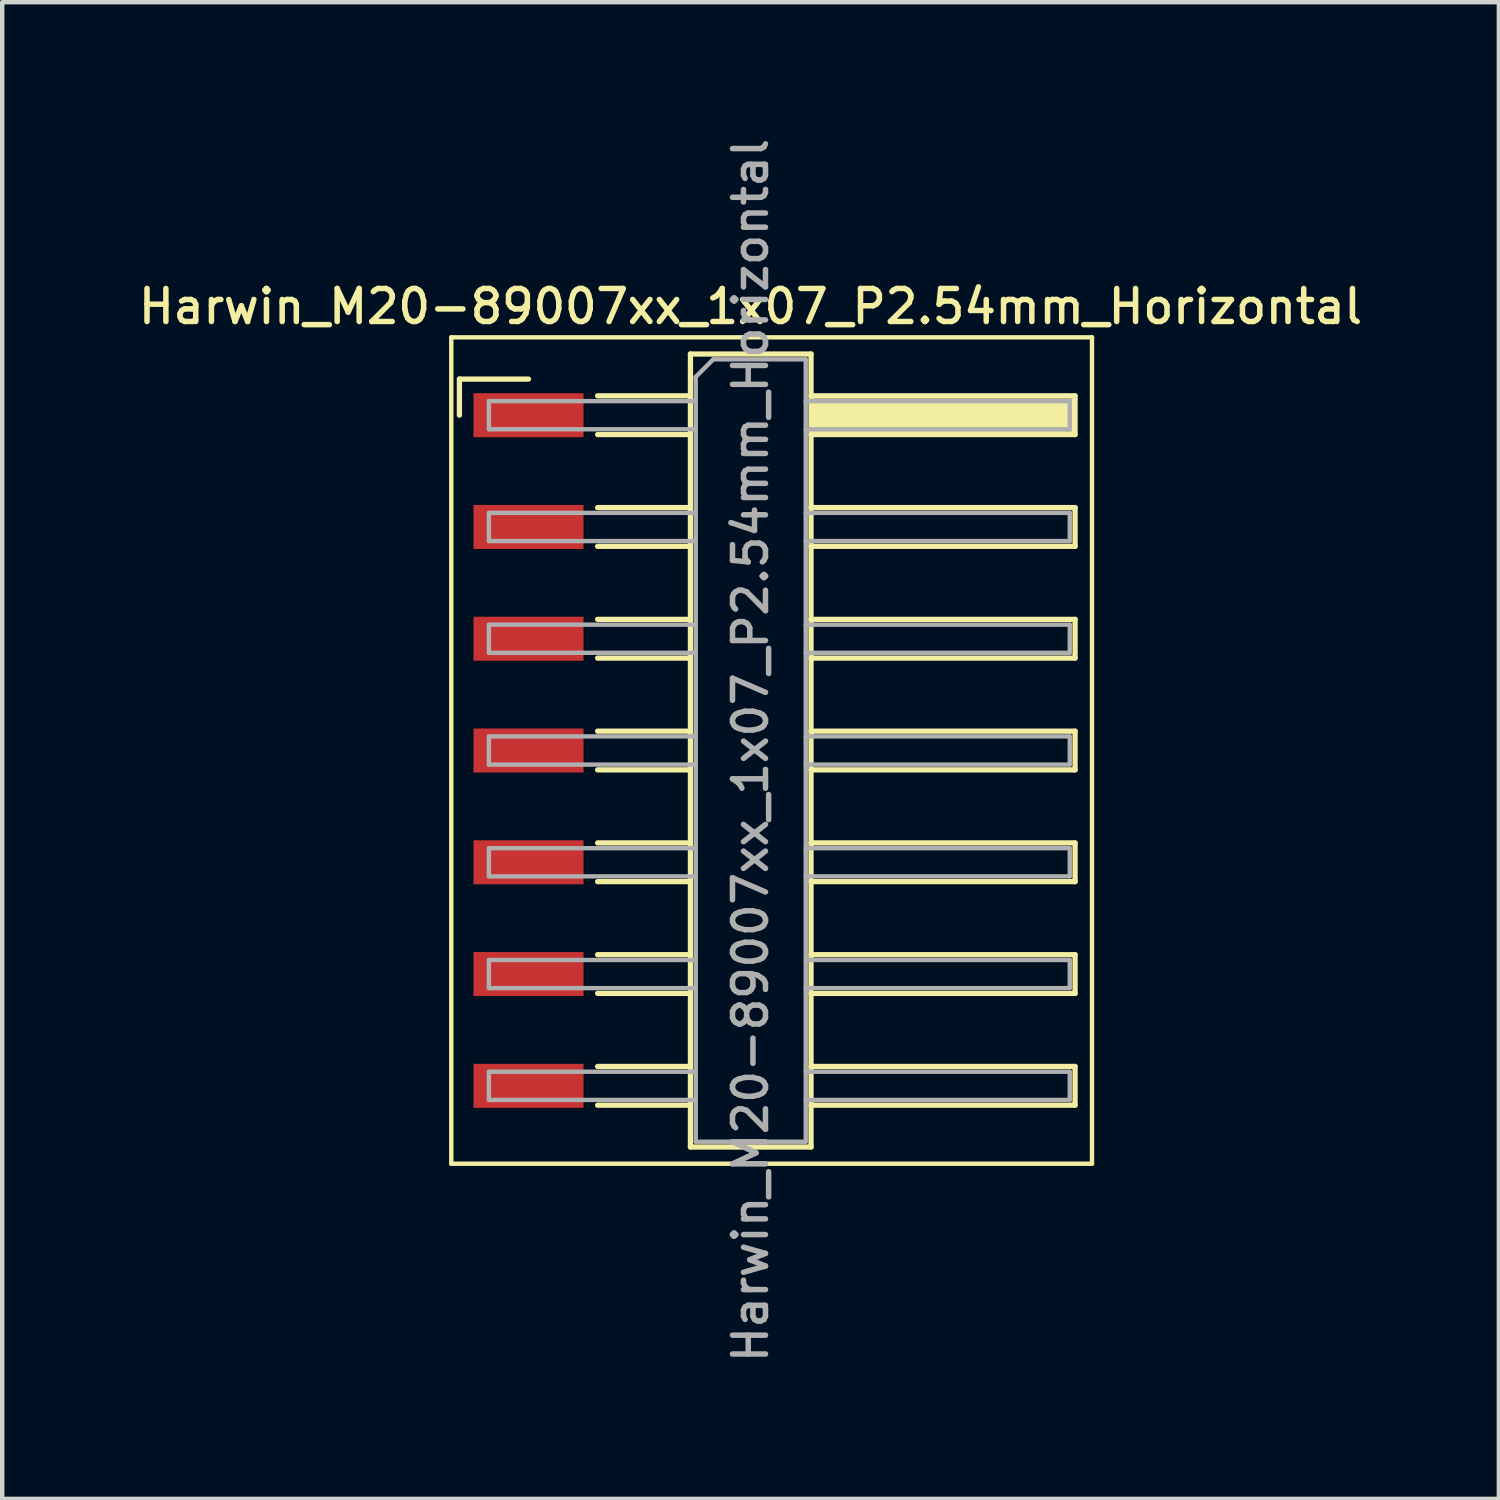
<source format=kicad_pcb>
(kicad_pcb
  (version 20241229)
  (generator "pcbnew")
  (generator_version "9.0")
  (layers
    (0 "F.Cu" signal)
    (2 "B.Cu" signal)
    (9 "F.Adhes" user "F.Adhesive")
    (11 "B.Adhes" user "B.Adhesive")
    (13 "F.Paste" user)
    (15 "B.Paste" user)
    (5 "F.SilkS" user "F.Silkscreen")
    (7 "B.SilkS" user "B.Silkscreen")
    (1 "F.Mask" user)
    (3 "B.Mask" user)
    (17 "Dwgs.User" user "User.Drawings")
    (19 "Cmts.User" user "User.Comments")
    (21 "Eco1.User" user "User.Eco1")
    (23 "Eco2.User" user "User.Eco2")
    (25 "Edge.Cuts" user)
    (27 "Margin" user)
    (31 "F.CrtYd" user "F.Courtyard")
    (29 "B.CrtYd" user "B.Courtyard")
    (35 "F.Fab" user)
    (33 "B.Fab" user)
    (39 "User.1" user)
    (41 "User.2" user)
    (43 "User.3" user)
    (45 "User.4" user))
  (footprint "Harwin_M20-89007xx_1x07_P2.54mm_Horizontal"
    (layer "F.Cu")
    (at 14.485 14.005)
    (property "Reference" "Harwin_M20-89007xx_1x07_P2.54mm_Horizontal" (at -0.48 -10.09 0) (layer "F.SilkS") (effects (font (size 0.75 0.75) (thickness 0.125))))
    (attr smd)
    (fp_line (start -7.28 -9.39) (end 7.28 -9.39) (stroke (width 0.1) (type solid)) (layer "F.SilkS"))
    (fp_line (start -7.28 9.39) (end -7.28 -9.39) (stroke (width 0.1) (type solid)) (layer "F.SilkS"))
    (fp_line (start -7.095 -8.44) (end -5.525 -8.44) (stroke (width 0.12) (type solid)) (layer "F.SilkS"))
    (fp_line (start -7.095 -7.62) (end -7.095 -8.44) (stroke (width 0.12) (type solid)) (layer "F.SilkS"))
    (fp_line (start -3.955 -8.06) (end -1.845 -8.06) (stroke (width 0.12) (type solid)) (layer "F.SilkS"))
    (fp_line (start -3.955 -7.18) (end -1.845 -7.18) (stroke (width 0.12) (type solid)) (layer "F.SilkS"))
    (fp_line (start -3.955 -5.52) (end -1.845 -5.52) (stroke (width 0.12) (type solid)) (layer "F.SilkS"))
    (fp_line (start -3.955 -4.64) (end -1.845 -4.64) (stroke (width 0.12) (type solid)) (layer "F.SilkS"))
    (fp_line (start -3.955 -2.98) (end -1.845 -2.98) (stroke (width 0.12) (type solid)) (layer "F.SilkS"))
    (fp_line (start -3.955 -2.1) (end -1.845 -2.1) (stroke (width 0.12) (type solid)) (layer "F.SilkS"))
    (fp_line (start -3.955 -0.44) (end -1.845 -0.44) (stroke (width 0.12) (type solid)) (layer "F.SilkS"))
    (fp_line (start -3.955 0.44) (end -1.845 0.44) (stroke (width 0.12) (type solid)) (layer "F.SilkS"))
    (fp_line (start -3.955 2.1) (end -1.845 2.1) (stroke (width 0.12) (type solid)) (layer "F.SilkS"))
    (fp_line (start -3.955 2.98) (end -1.845 2.98) (stroke (width 0.12) (type solid)) (layer "F.SilkS"))
    (fp_line (start -3.955 4.64) (end -1.845 4.64) (stroke (width 0.12) (type solid)) (layer "F.SilkS"))
    (fp_line (start -3.955 5.52) (end -1.845 5.52) (stroke (width 0.12) (type solid)) (layer "F.SilkS"))
    (fp_line (start -3.955 7.18) (end -1.845 7.18) (stroke (width 0.12) (type solid)) (layer "F.SilkS"))
    (fp_line (start -3.955 8.06) (end -1.845 8.06) (stroke (width 0.12) (type solid)) (layer "F.SilkS"))
    (fp_line (start -1.845 -9.01) (end 0.895 -9.01) (stroke (width 0.12) (type solid)) (layer "F.SilkS"))
    (fp_line (start -1.845 9.01) (end -1.845 -9.01) (stroke (width 0.12) (type solid)) (layer "F.SilkS"))
    (fp_line (start 0.895 -9.01) (end 0.895 9.01) (stroke (width 0.12) (type solid)) (layer "F.SilkS"))
    (fp_line (start 0.895 -8.06) (end 6.895 -8.06) (stroke (width 0.12) (type solid)) (layer "F.SilkS"))
    (fp_line (start 0.895 -5.52) (end 6.895 -5.52) (stroke (width 0.12) (type solid)) (layer "F.SilkS"))
    (fp_line (start 0.895 -2.98) (end 6.895 -2.98) (stroke (width 0.12) (type solid)) (layer "F.SilkS"))
    (fp_line (start 0.895 -0.44) (end 6.895 -0.44) (stroke (width 0.12) (type solid)) (layer "F.SilkS"))
    (fp_line (start 0.895 2.1) (end 6.895 2.1) (stroke (width 0.12) (type solid)) (layer "F.SilkS"))
    (fp_line (start 0.895 4.64) (end 6.895 4.64) (stroke (width 0.12) (type solid)) (layer "F.SilkS"))
    (fp_line (start 0.895 7.18) (end 6.895 7.18) (stroke (width 0.12) (type solid)) (layer "F.SilkS"))
    (fp_line (start 0.895 9.01) (end -1.845 9.01) (stroke (width 0.12) (type solid)) (layer "F.SilkS"))
    (fp_line (start 6.895 -8.06) (end 6.895 -7.18) (stroke (width 0.12) (type solid)) (layer "F.SilkS"))
    (fp_line (start 6.895 -7.18) (end 0.895 -7.18) (stroke (width 0.12) (type solid)) (layer "F.SilkS"))
    (fp_line (start 6.895 -5.52) (end 6.895 -4.64) (stroke (width 0.12) (type solid)) (layer "F.SilkS"))
    (fp_line (start 6.895 -4.64) (end 0.895 -4.64) (stroke (width 0.12) (type solid)) (layer "F.SilkS"))
    (fp_line (start 6.895 -2.98) (end 6.895 -2.1) (stroke (width 0.12) (type solid)) (layer "F.SilkS"))
    (fp_line (start 6.895 -2.1) (end 0.895 -2.1) (stroke (width 0.12) (type solid)) (layer "F.SilkS"))
    (fp_line (start 6.895 -0.44) (end 6.895 0.44) (stroke (width 0.12) (type solid)) (layer "F.SilkS"))
    (fp_line (start 6.895 0.44) (end 0.895 0.44) (stroke (width 0.12) (type solid)) (layer "F.SilkS"))
    (fp_line (start 6.895 2.1) (end 6.895 2.98) (stroke (width 0.12) (type solid)) (layer "F.SilkS"))
    (fp_line (start 6.895 2.98) (end 0.895 2.98) (stroke (width 0.12) (type solid)) (layer "F.SilkS"))
    (fp_line (start 6.895 4.64) (end 6.895 5.52) (stroke (width 0.12) (type solid)) (layer "F.SilkS"))
    (fp_line (start 6.895 5.52) (end 0.895 5.52) (stroke (width 0.12) (type solid)) (layer "F.SilkS"))
    (fp_line (start 6.895 7.18) (end 6.895 8.06) (stroke (width 0.12) (type solid)) (layer "F.SilkS"))
    (fp_line (start 6.895 8.06) (end 0.895 8.06) (stroke (width 0.12) (type solid)) (layer "F.SilkS"))
    (fp_line (start 7.28 -9.39) (end 7.28 9.39) (stroke (width 0.1) (type solid)) (layer "F.SilkS"))
    (fp_line (start 7.28 9.39) (end -7.28 9.39) (stroke (width 0.1) (type solid)) (layer "F.SilkS"))
    (fp_line (start -6.425 -7.94) (end -6.425 -7.3) (stroke (width 0.1) (type solid)) (layer "F.Fab"))
    (fp_line (start -6.425 -7.3) (end -1.725 -7.3) (stroke (width 0.1) (type solid)) (layer "F.Fab"))
    (fp_line (start -6.425 -5.4) (end -6.425 -4.76) (stroke (width 0.1) (type solid)) (layer "F.Fab"))
    (fp_line (start -6.425 -4.76) (end -1.725 -4.76) (stroke (width 0.1) (type solid)) (layer "F.Fab"))
    (fp_line (start -6.425 -2.86) (end -6.425 -2.22) (stroke (width 0.1) (type solid)) (layer "F.Fab"))
    (fp_line (start -6.425 -2.22) (end -1.725 -2.22) (stroke (width 0.1) (type solid)) (layer "F.Fab"))
    (fp_line (start -6.425 -0.32) (end -6.425 0.32) (stroke (width 0.1) (type solid)) (layer "F.Fab"))
    (fp_line (start -6.425 0.32) (end -1.725 0.32) (stroke (width 0.1) (type solid)) (layer "F.Fab"))
    (fp_line (start -6.425 2.22) (end -6.425 2.86) (stroke (width 0.1) (type solid)) (layer "F.Fab"))
    (fp_line (start -6.425 2.86) (end -1.725 2.86) (stroke (width 0.1) (type solid)) (layer "F.Fab"))
    (fp_line (start -6.425 4.76) (end -6.425 5.4) (stroke (width 0.1) (type solid)) (layer "F.Fab"))
    (fp_line (start -6.425 5.4) (end -1.725 5.4) (stroke (width 0.1) (type solid)) (layer "F.Fab"))
    (fp_line (start -6.425 7.3) (end -6.425 7.94) (stroke (width 0.1) (type solid)) (layer "F.Fab"))
    (fp_line (start -6.425 7.94) (end -1.725 7.94) (stroke (width 0.1) (type solid)) (layer "F.Fab"))
    (fp_line (start -1.725 -8.49) (end -1.325 -8.89) (stroke (width 0.1) (type solid)) (layer "F.Fab"))
    (fp_line (start -1.725 -7.94) (end -6.425 -7.94) (stroke (width 0.1) (type solid)) (layer "F.Fab"))
    (fp_line (start -1.725 -5.4) (end -6.425 -5.4) (stroke (width 0.1) (type solid)) (layer "F.Fab"))
    (fp_line (start -1.725 -2.86) (end -6.425 -2.86) (stroke (width 0.1) (type solid)) (layer "F.Fab"))
    (fp_line (start -1.725 -0.32) (end -6.425 -0.32) (stroke (width 0.1) (type solid)) (layer "F.Fab"))
    (fp_line (start -1.725 2.22) (end -6.425 2.22) (stroke (width 0.1) (type solid)) (layer "F.Fab"))
    (fp_line (start -1.725 4.76) (end -6.425 4.76) (stroke (width 0.1) (type solid)) (layer "F.Fab"))
    (fp_line (start -1.725 7.3) (end -6.425 7.3) (stroke (width 0.1) (type solid)) (layer "F.Fab"))
    (fp_line (start -1.725 8.89) (end -1.725 -8.49) (stroke (width 0.1) (type solid)) (layer "F.Fab"))
    (fp_line (start -1.325 -8.89) (end 0.775 -8.89) (stroke (width 0.1) (type solid)) (layer "F.Fab"))
    (fp_line (start 0.775 -8.89) (end 0.775 8.89) (stroke (width 0.1) (type solid)) (layer "F.Fab"))
    (fp_line (start 0.775 -7.94) (end 6.775 -7.94) (stroke (width 0.1) (type solid)) (layer "F.Fab"))
    (fp_line (start 0.775 -5.4) (end 6.775 -5.4) (stroke (width 0.1) (type solid)) (layer "F.Fab"))
    (fp_line (start 0.775 -2.86) (end 6.775 -2.86) (stroke (width 0.1) (type solid)) (layer "F.Fab"))
    (fp_line (start 0.775 -0.32) (end 6.775 -0.32) (stroke (width 0.1) (type solid)) (layer "F.Fab"))
    (fp_line (start 0.775 2.22) (end 6.775 2.22) (stroke (width 0.1) (type solid)) (layer "F.Fab"))
    (fp_line (start 0.775 4.76) (end 6.775 4.76) (stroke (width 0.1) (type solid)) (layer "F.Fab"))
    (fp_line (start 0.775 7.3) (end 6.775 7.3) (stroke (width 0.1) (type solid)) (layer "F.Fab"))
    (fp_line (start 0.775 8.89) (end -1.725 8.89) (stroke (width 0.1) (type solid)) (layer "F.Fab"))
    (fp_line (start 6.775 -7.94) (end 6.775 -7.3) (stroke (width 0.1) (type solid)) (layer "F.Fab"))
    (fp_line (start 6.775 -7.3) (end 0.775 -7.3) (stroke (width 0.1) (type solid)) (layer "F.Fab"))
    (fp_line (start 6.775 -5.4) (end 6.775 -4.76) (stroke (width 0.1) (type solid)) (layer "F.Fab"))
    (fp_line (start 6.775 -4.76) (end 0.775 -4.76) (stroke (width 0.1) (type solid)) (layer "F.Fab"))
    (fp_line (start 6.775 -2.86) (end 6.775 -2.22) (stroke (width 0.1) (type solid)) (layer "F.Fab"))
    (fp_line (start 6.775 -2.22) (end 0.775 -2.22) (stroke (width 0.1) (type solid)) (layer "F.Fab"))
    (fp_line (start 6.775 -0.32) (end 6.775 0.32) (stroke (width 0.1) (type solid)) (layer "F.Fab"))
    (fp_line (start 6.775 0.32) (end 0.775 0.32) (stroke (width 0.1) (type solid)) (layer "F.Fab"))
    (fp_line (start 6.775 2.22) (end 6.775 2.86) (stroke (width 0.1) (type solid)) (layer "F.Fab"))
    (fp_line (start 6.775 2.86) (end 0.775 2.86) (stroke (width 0.1) (type solid)) (layer "F.Fab"))
    (fp_line (start 6.775 4.76) (end 6.775 5.4) (stroke (width 0.1) (type solid)) (layer "F.Fab"))
    (fp_line (start 6.775 5.4) (end 0.775 5.4) (stroke (width 0.1) (type solid)) (layer "F.Fab"))
    (fp_line (start 6.775 7.3) (end 6.775 7.94) (stroke (width 0.1) (type solid)) (layer "F.Fab"))
    (fp_line (start 6.775 7.94) (end 0.775 7.94) (stroke (width 0.1) (type solid)) (layer "F.Fab"))
    (fp_text user "${REFERENCE}" (at -0.48 0 90) (layer "F.Fab") (effects (font (size 0.75 0.75) (thickness 0.125))))
    (pad "" smd rect (at 3.895 -7.62) (size 6 0.76) (layers "F.SilkS"))
    (pad "1" smd rect (at -5.525 -7.62) (size 2.5 1) (layers "F.Cu" "F.Mask" "F.Paste"))
    (pad "2" smd rect (at -5.525 -5.08) (size 2.5 1) (layers "F.Cu" "F.Mask" "F.Paste"))
    (pad "3" smd rect (at -5.525 -2.54) (size 2.5 1) (layers "F.Cu" "F.Mask" "F.Paste"))
    (pad "4" smd rect (at -5.525 0) (size 2.5 1) (layers "F.Cu" "F.Mask" "F.Paste"))
    (pad "5" smd rect (at -5.525 2.54) (size 2.5 1) (layers "F.Cu" "F.Mask" "F.Paste"))
    (pad "6" smd rect (at -5.525 5.08) (size 2.5 1) (layers "F.Cu" "F.Mask" "F.Paste"))
    (pad "7" smd rect (at -5.525 7.62) (size 2.5 1) (layers "F.Cu" "F.Mask" "F.Paste")))
  (gr_rect
    (start -3 -3)
    (end 31.011 31.011)
    (stroke (width 0.1) (type default))
    (fill no)
    (layer "Edge.Cuts")))
</source>
